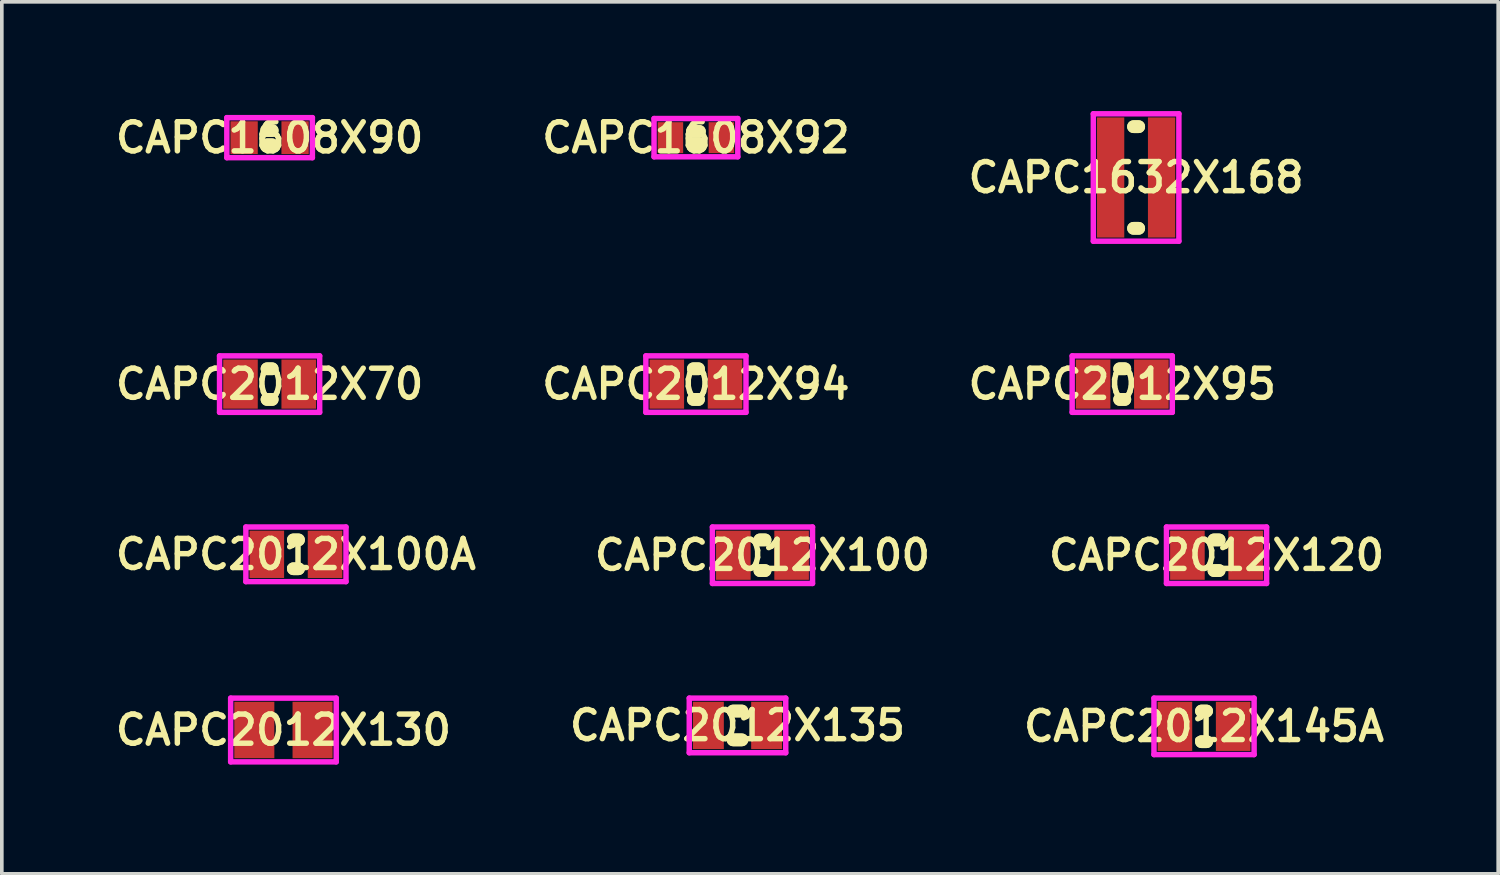
<source format=kicad_pcb>
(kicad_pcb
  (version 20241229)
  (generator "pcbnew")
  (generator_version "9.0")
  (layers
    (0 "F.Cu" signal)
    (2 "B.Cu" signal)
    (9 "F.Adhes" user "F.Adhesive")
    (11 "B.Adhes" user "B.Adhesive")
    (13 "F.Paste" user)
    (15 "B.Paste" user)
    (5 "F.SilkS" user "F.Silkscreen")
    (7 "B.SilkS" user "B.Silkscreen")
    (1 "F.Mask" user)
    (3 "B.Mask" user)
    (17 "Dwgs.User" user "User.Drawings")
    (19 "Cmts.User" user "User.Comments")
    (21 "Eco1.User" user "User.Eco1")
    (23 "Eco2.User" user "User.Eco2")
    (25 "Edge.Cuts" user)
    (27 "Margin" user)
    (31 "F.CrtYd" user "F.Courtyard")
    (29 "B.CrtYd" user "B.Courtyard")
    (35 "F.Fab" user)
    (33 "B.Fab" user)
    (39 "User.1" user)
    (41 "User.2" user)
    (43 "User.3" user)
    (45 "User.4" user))
  (footprint "CAPC2012X100"
    (layer "F.Cu")
    (at 17.892 12.2)
    (property "Reference" "CAPC2012X100" (at 0 0 0) (layer "F.SilkS") (effects (font (size 0.8 0.8) (thickness 0.15))))
    (attr smd)
    (fp_line (start -0.071 -0.421) (end 0.071 -0.421) (stroke (width 0.35) (type solid)) (layer "F.SilkS"))
    (fp_line (start -0.071 0.421) (end 0.071 0.421) (stroke (width 0.35) (type solid)) (layer "F.SilkS"))
    (fp_line (start 0.071 -0.421) (end -0.071 -0.421) (stroke (width 0.35) (type solid)) (layer "F.SilkS"))
    (fp_line (start 0.071 0.421) (end -0.071 0.421) (stroke (width 0.35) (type solid)) (layer "F.SilkS"))
    (fp_line (start -1.375 -0.775) (end 1.375 -0.775) (stroke (width 0.15) (type solid)) (layer "F.CrtYd"))
    (fp_line (start -1.375 0.775) (end -1.375 -0.775) (stroke (width 0.15) (type solid)) (layer "F.CrtYd"))
    (fp_line (start 1.375 -0.775) (end 1.375 0.775) (stroke (width 0.15) (type solid)) (layer "F.CrtYd"))
    (fp_line (start 1.375 0.775) (end -1.375 0.775) (stroke (width 0.15) (type solid)) (layer "F.CrtYd"))
    (pad "1" smd rect (at -0.8 0) (size 0.95 1.35) (layers "F.Cu" "F.Mask" "F.Paste"))
    (pad "2" smd rect (at 0.8 0) (size 0.95 1.35) (layers "F.Cu" "F.Mask" "F.Paste")))
  (footprint "CAPC2012X100A"
    (layer "F.Cu")
    (at 5.078 12.175)
    (property "Reference" "CAPC2012X100A" (at 0 0 0) (layer "F.SilkS") (effects (font (size 0.8 0.8) (thickness 0.15))))
    (attr smd)
    (fp_line (start -0.071 -0.396) (end 0.071 -0.396) (stroke (width 0.35) (type solid)) (layer "F.SilkS"))
    (fp_line (start -0.071 0.396) (end 0.071 0.396) (stroke (width 0.35) (type solid)) (layer "F.SilkS"))
    (fp_line (start 0.071 -0.396) (end -0.071 -0.396) (stroke (width 0.35) (type solid)) (layer "F.SilkS"))
    (fp_line (start 0.071 0.396) (end -0.071 0.396) (stroke (width 0.35) (type solid)) (layer "F.SilkS"))
    (fp_line (start -1.375 -0.75) (end 1.375 -0.75) (stroke (width 0.15) (type solid)) (layer "F.CrtYd"))
    (fp_line (start -1.375 0.75) (end -1.375 -0.75) (stroke (width 0.15) (type solid)) (layer "F.CrtYd"))
    (fp_line (start 1.375 -0.75) (end 1.375 0.75) (stroke (width 0.15) (type solid)) (layer "F.CrtYd"))
    (fp_line (start 1.375 0.75) (end -1.375 0.75) (stroke (width 0.15) (type solid)) (layer "F.CrtYd"))
    (pad "1" smd rect (at -0.8 0) (size 0.95 1.3) (layers "F.Cu" "F.Mask" "F.Paste"))
    (pad "2" smd rect (at 0.8 0) (size 0.95 1.3) (layers "F.Cu" "F.Mask" "F.Paste")))
  (footprint "CAPC2012X135"
    (layer "F.Cu")
    (at 17.206 16.875)
    (property "Reference" "CAPC2012X135" (at 0 0 0) (layer "F.SilkS") (effects (font (size 0.8 0.8) (thickness 0.15))))
    (attr smd)
    (fp_line (start -0.121 -0.396) (end 0.121 -0.396) (stroke (width 0.35) (type solid)) (layer "F.SilkS"))
    (fp_line (start -0.121 0.396) (end 0.121 0.396) (stroke (width 0.35) (type solid)) (layer "F.SilkS"))
    (fp_line (start 0.121 -0.396) (end -0.121 -0.396) (stroke (width 0.35) (type solid)) (layer "F.SilkS"))
    (fp_line (start 0.121 0.396) (end -0.121 0.396) (stroke (width 0.35) (type solid)) (layer "F.SilkS"))
    (fp_line (start -1.325 -0.75) (end 1.325 -0.75) (stroke (width 0.15) (type solid)) (layer "F.CrtYd"))
    (fp_line (start -1.325 0.75) (end -1.325 -0.75) (stroke (width 0.15) (type solid)) (layer "F.CrtYd"))
    (fp_line (start 1.325 -0.75) (end 1.325 0.75) (stroke (width 0.15) (type solid)) (layer "F.CrtYd"))
    (fp_line (start 1.325 0.75) (end -1.325 0.75) (stroke (width 0.15) (type solid)) (layer "F.CrtYd"))
    (pad "1" smd rect (at -0.8 0) (size 0.85 1.3) (layers "F.Cu" "F.Mask" "F.Paste"))
    (pad "2" smd rect (at 0.8 0) (size 0.85 1.3) (layers "F.Cu" "F.Mask" "F.Paste")))
  (footprint "CAPC2012X94"
    (layer "F.Cu")
    (at 16.064 7.5)
    (property "Reference" "CAPC2012X94" (at 0 0 0) (layer "F.SilkS") (effects (font (size 0.8 0.8) (thickness 0.15))))
    (attr smd)
    (fp_line (start -0.071 -0.421) (end 0.071 -0.421) (stroke (width 0.35) (type solid)) (layer "F.SilkS"))
    (fp_line (start -0.071 0.421) (end 0.071 0.421) (stroke (width 0.35) (type solid)) (layer "F.SilkS"))
    (fp_line (start 0.071 -0.421) (end -0.071 -0.421) (stroke (width 0.35) (type solid)) (layer "F.SilkS"))
    (fp_line (start 0.071 0.421) (end -0.071 0.421) (stroke (width 0.35) (type solid)) (layer "F.SilkS"))
    (fp_line (start -1.375 -0.775) (end 1.375 -0.775) (stroke (width 0.15) (type solid)) (layer "F.CrtYd"))
    (fp_line (start -1.375 0.775) (end -1.375 -0.775) (stroke (width 0.15) (type solid)) (layer "F.CrtYd"))
    (fp_line (start 1.375 -0.775) (end 1.375 0.775) (stroke (width 0.15) (type solid)) (layer "F.CrtYd"))
    (fp_line (start 1.375 0.775) (end -1.375 0.775) (stroke (width 0.15) (type solid)) (layer "F.CrtYd"))
    (pad "1" smd rect (at -0.8 0) (size 0.95 1.35) (layers "F.Cu" "F.Mask" "F.Paste"))
    (pad "2" smd rect (at 0.8 0) (size 0.95 1.35) (layers "F.Cu" "F.Mask" "F.Paste")))
  (footprint "CAPC2012X95"
    (layer "F.Cu")
    (at 27.773 7.5)
    (property "Reference" "CAPC2012X95" (at 0 0 0) (layer "F.SilkS") (effects (font (size 0.8 0.8) (thickness 0.15))))
    (attr smd)
    (fp_line (start -0.071 -0.421) (end 0.071 -0.421) (stroke (width 0.35) (type solid)) (layer "F.SilkS"))
    (fp_line (start -0.071 0.421) (end 0.071 0.421) (stroke (width 0.35) (type solid)) (layer "F.SilkS"))
    (fp_line (start 0.071 -0.421) (end -0.071 -0.421) (stroke (width 0.35) (type solid)) (layer "F.SilkS"))
    (fp_line (start 0.071 0.421) (end -0.071 0.421) (stroke (width 0.35) (type solid)) (layer "F.SilkS"))
    (fp_line (start -1.375 -0.775) (end 1.375 -0.775) (stroke (width 0.15) (type solid)) (layer "F.CrtYd"))
    (fp_line (start -1.375 0.775) (end -1.375 -0.775) (stroke (width 0.15) (type solid)) (layer "F.CrtYd"))
    (fp_line (start 1.375 -0.775) (end 1.375 0.775) (stroke (width 0.15) (type solid)) (layer "F.CrtYd"))
    (fp_line (start 1.375 0.775) (end -1.375 0.775) (stroke (width 0.15) (type solid)) (layer "F.CrtYd"))
    (pad "1" smd rect (at -0.8 0) (size 0.95 1.35) (layers "F.Cu" "F.Mask" "F.Paste"))
    (pad "2" smd rect (at 0.8 0) (size 0.95 1.35) (layers "F.Cu" "F.Mask" "F.Paste")))
  (footprint "CAPC2012X120"
    (layer "F.Cu")
    (at 30.363 12.2)
    (property "Reference" "CAPC2012X120" (at 0 0 0) (layer "F.SilkS") (effects (font (size 0.8 0.8) (thickness 0.15))))
    (attr smd)
    (fp_line (start -0.071 -0.421) (end 0.071 -0.421) (stroke (width 0.35) (type solid)) (layer "F.SilkS"))
    (fp_line (start -0.071 0.421) (end 0.071 0.421) (stroke (width 0.35) (type solid)) (layer "F.SilkS"))
    (fp_line (start 0.071 -0.421) (end -0.071 -0.421) (stroke (width 0.35) (type solid)) (layer "F.SilkS"))
    (fp_line (start 0.071 0.421) (end -0.071 0.421) (stroke (width 0.35) (type solid)) (layer "F.SilkS"))
    (fp_line (start -1.375 -0.775) (end 1.375 -0.775) (stroke (width 0.15) (type solid)) (layer "F.CrtYd"))
    (fp_line (start -1.375 0.775) (end -1.375 -0.775) (stroke (width 0.15) (type solid)) (layer "F.CrtYd"))
    (fp_line (start 1.375 -0.775) (end 1.375 0.775) (stroke (width 0.15) (type solid)) (layer "F.CrtYd"))
    (fp_line (start 1.375 0.775) (end -1.375 0.775) (stroke (width 0.15) (type solid)) (layer "F.CrtYd"))
    (pad "1" smd rect (at -0.8 0) (size 0.95 1.35) (layers "F.Cu" "F.Mask" "F.Paste"))
    (pad "2" smd rect (at 0.8 0) (size 0.95 1.35) (layers "F.Cu" "F.Mask" "F.Paste")))
  (footprint "CAPC1608X92"
    (layer "F.Cu")
    (at 16.064 0.731)
    (property "Reference" "CAPC1608X92" (at 0 0 0) (layer "F.SilkS") (effects (font (size 0.8 0.8) (thickness 0.15))))
    (attr smd)
    (fp_line (start -0.096 -0.171) (end 0.096 -0.171) (stroke (width 0.35) (type solid)) (layer "F.SilkS"))
    (fp_line (start -0.096 0.171) (end 0.096 0.171) (stroke (width 0.35) (type solid)) (layer "F.SilkS"))
    (fp_line (start 0.096 -0.171) (end -0.096 -0.171) (stroke (width 0.35) (type solid)) (layer "F.SilkS"))
    (fp_line (start 0.096 0.171) (end -0.096 0.171) (stroke (width 0.35) (type solid)) (layer "F.SilkS"))
    (fp_line (start -1.15 -0.525) (end 1.15 -0.525) (stroke (width 0.15) (type solid)) (layer "F.CrtYd"))
    (fp_line (start -1.15 0.525) (end -1.15 -0.525) (stroke (width 0.15) (type solid)) (layer "F.CrtYd"))
    (fp_line (start 1.15 -0.525) (end 1.15 0.525) (stroke (width 0.15) (type solid)) (layer "F.CrtYd"))
    (fp_line (start 1.15 0.525) (end -1.15 0.525) (stroke (width 0.15) (type solid)) (layer "F.CrtYd"))
    (pad "1" smd rect (at -0.7 0) (size 0.7 0.85) (layers "F.Cu" "F.Mask" "F.Paste"))
    (pad "2" smd rect (at 0.7 0) (size 0.7 0.85) (layers "F.Cu" "F.Mask" "F.Paste")))
  (footprint "CAPC1608X90"
    (layer "F.Cu")
    (at 4.355 0.731)
    (property "Reference" "CAPC1608X90" (at 0 0 0) (layer "F.SilkS") (effects (font (size 0.8 0.8) (thickness 0.15))))
    (attr through_hole)
    (fp_line (start -0.071 -0.196) (end 0.071 -0.196) (stroke (width 0.35) (type solid)) (layer "F.SilkS"))
    (fp_line (start -0.071 0.196) (end 0.071 0.196) (stroke (width 0.35) (type solid)) (layer "F.SilkS"))
    (fp_line (start 0.071 -0.196) (end -0.071 -0.196) (stroke (width 0.35) (type solid)) (layer "F.SilkS"))
    (fp_line (start 0.071 0.196) (end -0.071 0.196) (stroke (width 0.35) (type solid)) (layer "F.SilkS"))
    (fp_line (start -1.175 -0.55) (end 1.175 -0.55) (stroke (width 0.15) (type solid)) (layer "F.CrtYd"))
    (fp_line (start -1.175 0.55) (end -1.175 -0.55) (stroke (width 0.15) (type solid)) (layer "F.CrtYd"))
    (fp_line (start 1.175 -0.55) (end 1.175 0.55) (stroke (width 0.15) (type solid)) (layer "F.CrtYd"))
    (fp_line (start 1.175 0.55) (end -1.175 0.55) (stroke (width 0.15) (type solid)) (layer "F.CrtYd"))
    (pad "1" smd rect (at -0.7 0) (size 0.75 0.9) (layers "F.Cu" "F.Mask" "F.Paste"))
    (pad "2" smd rect (at 0.7 0) (size 0.75 0.9) (layers "F.Cu" "F.Mask" "F.Paste")))
  (footprint "CAPC1632X168"
    (layer "F.Cu")
    (at 28.154 1.825)
    (property "Reference" "CAPC1632X168" (at 0 0 0) (layer "F.SilkS") (effects (font (size 0.8 0.8) (thickness 0.15))))
    (attr smd)
    (fp_line (start -0.071 -1.396) (end 0.071 -1.396) (stroke (width 0.35) (type solid)) (layer "F.SilkS"))
    (fp_line (start -0.071 1.396) (end 0.071 1.396) (stroke (width 0.35) (type solid)) (layer "F.SilkS"))
    (fp_line (start 0.071 -1.396) (end -0.071 -1.396) (stroke (width 0.35) (type solid)) (layer "F.SilkS"))
    (fp_line (start 0.071 1.396) (end -0.071 1.396) (stroke (width 0.35) (type solid)) (layer "F.SilkS"))
    (fp_line (start -1.175 -1.75) (end 1.175 -1.75) (stroke (width 0.15) (type solid)) (layer "F.CrtYd"))
    (fp_line (start -1.175 1.75) (end -1.175 -1.75) (stroke (width 0.15) (type solid)) (layer "F.CrtYd"))
    (fp_line (start 1.175 -1.75) (end 1.175 1.75) (stroke (width 0.15) (type solid)) (layer "F.CrtYd"))
    (fp_line (start 1.175 1.75) (end -1.175 1.75) (stroke (width 0.15) (type solid)) (layer "F.CrtYd"))
    (pad "1" smd rect (at -0.7 0) (size 0.75 3.3) (layers "F.Cu" "F.Mask" "F.Paste"))
    (pad "2" smd rect (at 0.7 0) (size 0.75 3.3) (layers "F.Cu" "F.Mask" "F.Paste")))
  (footprint "CAPC2012X70"
    (layer "F.Cu")
    (at 4.355 7.5)
    (property "Reference" "CAPC2012X70" (at 0 0 0) (layer "F.SilkS") (effects (font (size 0.8 0.8) (thickness 0.15))))
    (attr smd)
    (fp_line (start -0.071 -0.421) (end 0.071 -0.421) (stroke (width 0.35) (type solid)) (layer "F.SilkS"))
    (fp_line (start -0.071 0.421) (end 0.071 0.421) (stroke (width 0.35) (type solid)) (layer "F.SilkS"))
    (fp_line (start 0.071 -0.421) (end -0.071 -0.421) (stroke (width 0.35) (type solid)) (layer "F.SilkS"))
    (fp_line (start 0.071 0.421) (end -0.071 0.421) (stroke (width 0.35) (type solid)) (layer "F.SilkS"))
    (fp_line (start -1.375 -0.775) (end 1.375 -0.775) (stroke (width 0.15) (type solid)) (layer "F.CrtYd"))
    (fp_line (start -1.375 0.775) (end -1.375 -0.775) (stroke (width 0.15) (type solid)) (layer "F.CrtYd"))
    (fp_line (start 1.375 -0.775) (end 1.375 0.775) (stroke (width 0.15) (type solid)) (layer "F.CrtYd"))
    (fp_line (start 1.375 0.775) (end -1.375 0.775) (stroke (width 0.15) (type solid)) (layer "F.CrtYd"))
    (pad "1" smd rect (at -0.8 0) (size 0.95 1.35) (layers "F.Cu" "F.Mask" "F.Paste"))
    (pad "2" smd rect (at 0.8 0) (size 0.95 1.35) (layers "F.Cu" "F.Mask" "F.Paste")))
  (footprint "CAPC2012X145A"
    (layer "F.Cu")
    (at 30.02 16.9)
    (property "Reference" "CAPC2012X145A" (at 0 0 0) (layer "F.SilkS") (effects (font (size 0.8 0.8) (thickness 0.15))))
    (attr through_hole)
    (fp_line (start -0.071 -0.421) (end 0.071 -0.421) (stroke (width 0.35) (type solid)) (layer "F.SilkS"))
    (fp_line (start -0.071 0.421) (end 0.071 0.421) (stroke (width 0.35) (type solid)) (layer "F.SilkS"))
    (fp_line (start 0.071 -0.421) (end -0.071 -0.421) (stroke (width 0.35) (type solid)) (layer "F.SilkS"))
    (fp_line (start 0.071 0.421) (end -0.071 0.421) (stroke (width 0.35) (type solid)) (layer "F.SilkS"))
    (fp_line (start -1.375 -0.775) (end 1.375 -0.775) (stroke (width 0.15) (type solid)) (layer "F.CrtYd"))
    (fp_line (start -1.375 0.775) (end -1.375 -0.775) (stroke (width 0.15) (type solid)) (layer "F.CrtYd"))
    (fp_line (start 1.375 -0.775) (end 1.375 0.775) (stroke (width 0.15) (type solid)) (layer "F.CrtYd"))
    (fp_line (start 1.375 0.775) (end -1.375 0.775) (stroke (width 0.15) (type solid)) (layer "F.CrtYd"))
    (pad "1" smd rect (at -0.8 0) (size 0.95 1.35) (layers "F.Cu" "F.Mask" "F.Paste"))
    (pad "2" smd rect (at 0.8 0) (size 0.95 1.35) (layers "F.Cu" "F.Mask" "F.Paste")))
  (footprint "CAPC2012X130"
    (layer "F.Cu")
    (at 4.735 17)
    (property "Reference" "CAPC2012X130" (at 0 0 0) (layer "F.SilkS") (effects (font (size 0.8 0.8) (thickness 0.15))))
    (attr through_hole)
    (fp_line (start -1.45 -0.875) (end 1.45 -0.875) (stroke (width 0.15) (type solid)) (layer "F.CrtYd"))
    (fp_line (start -1.45 0.875) (end -1.45 -0.875) (stroke (width 0.15) (type solid)) (layer "F.CrtYd"))
    (fp_line (start 1.45 -0.875) (end 1.45 0.875) (stroke (width 0.15) (type solid)) (layer "F.CrtYd"))
    (fp_line (start 1.45 0.875) (end -1.45 0.875) (stroke (width 0.15) (type solid)) (layer "F.CrtYd"))
    (pad "1" smd rect (at -0.8 0) (size 1.1 1.55) (layers "F.Cu" "F.Mask" "F.Paste"))
    (pad "2" smd rect (at 0.8 0) (size 1.1 1.55) (layers "F.Cu" "F.Mask" "F.Paste")))
  (gr_rect
    (start -3 -3)
    (end 38.099 20.95)
    (stroke (width 0.1) (type default))
    (fill no)
    (layer "Edge.Cuts")))
</source>
